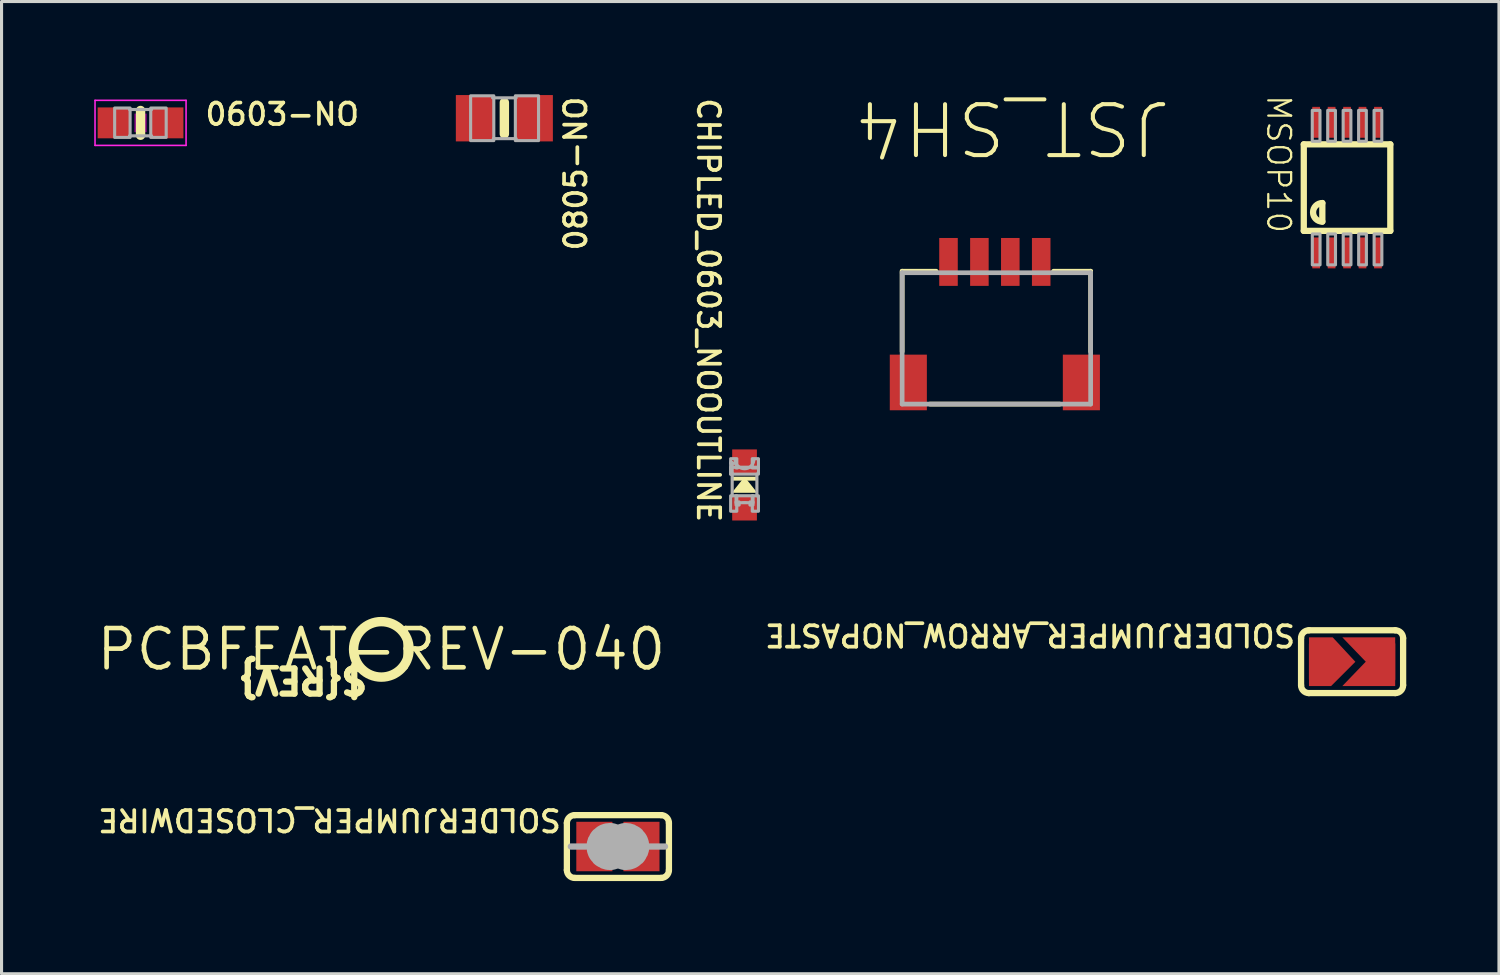
<source format=kicad_pcb>
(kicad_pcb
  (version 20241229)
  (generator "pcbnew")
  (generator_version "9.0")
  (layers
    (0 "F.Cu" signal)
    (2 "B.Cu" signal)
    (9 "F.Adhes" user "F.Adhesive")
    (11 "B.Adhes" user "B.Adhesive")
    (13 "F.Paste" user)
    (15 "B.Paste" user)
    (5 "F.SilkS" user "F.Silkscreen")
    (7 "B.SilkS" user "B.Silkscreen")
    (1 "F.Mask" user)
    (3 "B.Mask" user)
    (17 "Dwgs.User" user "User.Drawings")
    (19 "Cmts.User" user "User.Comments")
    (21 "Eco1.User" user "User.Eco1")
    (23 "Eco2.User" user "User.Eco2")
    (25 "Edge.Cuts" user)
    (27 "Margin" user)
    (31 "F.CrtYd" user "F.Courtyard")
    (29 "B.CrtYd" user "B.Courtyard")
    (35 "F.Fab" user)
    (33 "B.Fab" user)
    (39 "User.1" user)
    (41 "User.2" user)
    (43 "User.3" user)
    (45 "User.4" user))
  (footprint "PCBFEAT-REV-040"
    (layer "F.Cu")
    (at 9.29 17.963)
    (property "Reference" "PCBFEAT-REV-040" (at 0 0 0) (layer "F.SilkS") (effects (font (size 1.27 1.27) (thickness 0.15))))
    (fp_circle (center 0 0) (end 0.898 0) (stroke (width 0.305) (type solid)) (fill no) (layer "F.SilkS"))
    (fp_text user "${REV}" (at -0.356 0.508 180) (unlocked yes) (layer "F.SilkS") (effects (font (size 0.813 0.813) (thickness 0.203)) (justify left bottom))))
  (footprint "0805-NO"
    (layer "F.Cu")
    (at 13.271 0.776)
    (property "Reference" "0805-NO" (at 1.905 -0.762 90) (unlocked yes) (layer "F.SilkS") (effects (font (size 0.693 0.693) (thickness 0.12)) (justify right top)))
    (fp_line (start 0 -0.508) (end 0 0.508) (stroke (width 0.305) (type solid)) (layer "F.SilkS"))
    (fp_line (start -0.381 -0.66) (end 0.381 -0.66) (stroke (width 0.102) (type solid)) (layer "F.Fab"))
    (fp_line (start -0.356 0.66) (end 0.381 0.66) (stroke (width 0.102) (type solid)) (layer "F.Fab"))
    (fp_poly (pts (xy -1.092 0.724) (xy -0.342 0.724) (xy -0.342 -0.726) (xy -1.092 -0.726)) (stroke (width 0.1) (type default)) (fill no) (layer "F.Fab"))
    (fp_poly (pts (xy 0.356 0.724) (xy 1.106 0.724) (xy 1.106 -0.726) (xy 0.356 -0.726)) (stroke (width 0.1) (type default)) (fill no) (layer "F.Fab"))
    (pad "1" smd rect (at -0.95 0) (size 1.24 1.5) (layers "F.Cu" "F.Mask" "F.Paste"))
    (pad "2" smd rect (at 0.95 0) (size 1.24 1.5) (layers "F.Cu" "F.Mask" "F.Paste")))
  (footprint "SOLDERJUMPER_ARROW_NOPASTE"
    (layer "F.Cu")
    (at 40.703 18.362)
    (property "Reference" "SOLDERJUMPER_ARROW_NOPASTE" (at -1.778 -1.27 180) (unlocked yes) (layer "F.SilkS") (effects (font (size 0.693 0.693) (thickness 0.12)) (justify left bottom)))
    (fp_poly (pts (xy 0.106 0.003) (xy -0.679 0.788) (xy -1.395 0.788) (xy -1.395 -0.788) (xy -0.627 -0.788)) (stroke (width 0) (type default)) (fill yes) (layer "F.Cu"))
    (fp_poly (pts (xy 1.395 0.788) (xy -0.316 0.788) (xy 0.443 0) (xy -0.316 -0.788) (xy 1.395 -0.788)) (stroke (width 0) (type default)) (fill yes) (layer "F.Cu"))
    (fp_poly (pts (xy -1.46 0.826) (xy 1.46 0.826) (xy 1.46 -0.826) (xy -1.46 -0.826)) (stroke (width 0) (type default)) (fill yes) (layer "F.Mask"))
    (fp_line (start -1.651 0.762) (end -1.651 -0.762) (stroke (width 0.203) (type solid)) (layer "F.SilkS"))
    (fp_line (start -1.397 -1.016) (end 1.397 -1.016) (stroke (width 0.203) (type solid)) (layer "F.SilkS"))
    (fp_line (start 1.397 1.016) (end -1.397 1.016) (stroke (width 0.203) (type solid)) (layer "F.SilkS"))
    (fp_line (start 1.651 0.762) (end 1.651 -0.762) (stroke (width 0.203) (type solid)) (layer "F.SilkS"))
    (fp_arc (start -1.651 -0.762) (mid -1.576605 -0.941605) (end -1.397 -1.016) (stroke (width 0.2032) (type solid)) (layer "F.SilkS"))
    (fp_arc (start -1.397 1.016) (mid -1.576605 0.941605) (end -1.651 0.762) (stroke (width 0.2032) (type solid)) (layer "F.SilkS"))
    (fp_arc (start 1.397 -1.016) (mid 1.576605 -0.941605) (end 1.651 -0.762) (stroke (width 0.2032) (type solid)) (layer "F.SilkS"))
    (fp_arc (start 1.651 0.762) (mid 1.576605 0.941605) (end 1.397 1.016) (stroke (width 0.2032) (type solid)) (layer "F.SilkS"))
    (pad "1" smd roundrect (at -1.016 0 180) (size 0.762 1.524) (layers "F.Cu") (roundrect_rratio 0.25))
    (pad "2" smd roundrect (at 1.016 0 180) (size 0.762 1.524) (layers "F.Cu") (roundrect_rratio 0.25)))
  (footprint "JST_SH4"
    (layer "F.Cu")
    (at 29.143 7.94)
    (property "Reference" "JST_SH4" (at -4.6 -5.9 180) (unlocked yes) (layer "F.SilkS") (effects (font (size 1.647 1.647) (thickness 0.131)) (justify right top)))
    (fp_line (start -3 -2.214) (end -1.9 -2.214) (stroke (width 0.152) (type solid)) (layer "F.SilkS"))
    (fp_line (start -3 0.386) (end -3 -2.214) (stroke (width 0.152) (type solid)) (layer "F.SilkS"))
    (fp_line (start -2.1 2.086) (end 2.1 2.086) (stroke (width 0.152) (type solid)) (layer "F.SilkS"))
    (fp_line (start 1.9 -2.214) (end 3.1 -2.214) (stroke (width 0.152) (type solid)) (layer "F.SilkS"))
    (fp_line (start 3.1 -2.214) (end 3.1 0.386) (stroke (width 0.152) (type solid)) (layer "F.SilkS"))
    (fp_line (start -3 -2.164) (end 3.1 -2.164) (stroke (width 0.152) (type solid)) (layer "F.Fab"))
    (fp_line (start -3 2.086) (end -3 -2.164) (stroke (width 0.152) (type solid)) (layer "F.Fab"))
    (fp_line (start 3.1 -2.164) (end 3.1 2.086) (stroke (width 0.152) (type solid)) (layer "F.Fab"))
    (fp_line (start 3.1 2.086) (end -3 2.086) (stroke (width 0.152) (type solid)) (layer "F.Fab"))
    (pad "1" smd rect (at -1.5 -2.514 90) (size 1.55 0.6) (layers "F.Cu" "F.Mask" "F.Paste"))
    (pad "2" smd rect (at -0.5 -2.514 90) (size 1.55 0.6) (layers "F.Cu" "F.Mask" "F.Paste"))
    (pad "3" smd rect (at 0.5 -2.514 90) (size 1.55 0.6) (layers "F.Cu" "F.Mask" "F.Paste"))
    (pad "4" smd rect (at 1.5 -2.514 90) (size 1.55 0.6) (layers "F.Cu" "F.Mask" "F.Paste"))
    (pad "MT1" smd rect (at -2.8 1.386 90) (size 1.8 1.2) (layers "F.Cu" "F.Mask" "F.Paste"))
    (pad "MT2" smd rect (at 2.8 1.386 90) (size 1.8 1.2) (layers "F.Cu" "F.Mask" "F.Paste")))
  (footprint "0603-NO"
    (layer "F.Cu")
    (at 1.498 0.926)
    (property "Reference" "0603-NO" (at 2.032 0.127 0) (unlocked yes) (layer "F.SilkS") (effects (font (size 0.693 0.693) (thickness 0.12)) (justify left bottom)))
    (fp_line (start 0 -0.4) (end 0 0.4) (stroke (width 0.305) (type solid)) (layer "F.SilkS"))
    (fp_poly (pts (xy -0.2 0.3) (xy 0.2 0.3) (xy 0.2 -0.3) (xy -0.2 -0.3)) (stroke (width 0) (type default)) (fill yes) (layer "F.Adhes"))
    (fp_line (start -1.473 -0.729) (end 1.473 -0.729) (stroke (width 0.051) (type solid)) (layer "F.CrtYd"))
    (fp_line (start -1.473 0.729) (end -1.473 -0.729) (stroke (width 0.051) (type solid)) (layer "F.CrtYd"))
    (fp_line (start 1.473 -0.729) (end 1.473 0.729) (stroke (width 0.051) (type solid)) (layer "F.CrtYd"))
    (fp_line (start 1.473 0.729) (end -1.473 0.729) (stroke (width 0.051) (type solid)) (layer "F.CrtYd"))
    (fp_line (start -0.356 -0.432) (end 0.356 -0.432) (stroke (width 0.102) (type solid)) (layer "F.Fab"))
    (fp_line (start -0.356 0.419) (end 0.356 0.419) (stroke (width 0.102) (type solid)) (layer "F.Fab"))
    (fp_poly (pts (xy -0.838 0.47) (xy -0.338 0.47) (xy -0.338 -0.48) (xy -0.838 -0.48)) (stroke (width 0.1) (type default)) (fill no) (layer "F.Fab"))
    (fp_poly (pts (xy 0.33 0.47) (xy 0.83 0.47) (xy 0.83 -0.48) (xy 0.33 -0.48)) (stroke (width 0.1) (type default)) (fill no) (layer "F.Fab"))
    (pad "1" smd rect (at -0.85 0) (size 1.075 1) (layers "F.Cu" "F.Mask" "F.Paste"))
    (pad "2" smd rect (at 0.85 0) (size 1.075 1) (layers "F.Cu" "F.Mask" "F.Paste")))
  (footprint "CHIPLED_0603_NOOUTLINE"
    (layer "F.Cu")
    (at 21.043 12.643)
    (property "Reference" "CHIPLED_0603_NOOUTLINE" (at -0.762 1.27 270) (unlocked yes) (layer "F.SilkS") (effects (font (size 0.693 0.693) (thickness 0.12)) (justify right top)))
    (fp_poly (pts (xy 0.413 0.254) (xy -0.413 0.254) (xy 0 -0.262)) (stroke (width 0) (type default)) (fill yes) (layer "F.SilkS"))
    (fp_poly (pts (xy -0.381 -0.14) (xy 0.381 -0.14) (xy 0.381 -0.267) (xy -0.381 -0.267)) (stroke (width 0) (type default)) (fill yes) (layer "F.SilkS"))
    (fp_line (start -0.4 -0.375) (end -0.4 0.35) (stroke (width 0.102) (type solid)) (layer "F.Fab"))
    (fp_line (start 0.4 -0.35) (end 0.4 0.35) (stroke (width 0.102) (type solid)) (layer "F.Fab"))
    (fp_arc (start -0.275 0.825) (mid 0 0.55) (end 0.275 0.825) (stroke (width 0.0508) (type solid)) (layer "F.Fab"))
    (fp_arc (start 0.3 -0.799998) (mid -0.000001 -0.524967) (end -0.3 -0.8) (stroke (width 0.1016) (type solid)) (layer "F.Fab"))
    (fp_circle (center -0.35 -0.625) (end -0.275 -0.625) (stroke (width 0.051) (type solid)) (fill no) (layer "F.Fab"))
    (fp_poly (pts (xy -0.45 -0.7) (xy -0.25 -0.7) (xy -0.25 -0.85) (xy -0.45 -0.85)) (stroke (width 0.1) (type default)) (fill no) (layer "F.Fab"))
    (fp_poly (pts (xy -0.45 -0.35) (xy -0.4 -0.35) (xy -0.4 -0.725) (xy -0.45 -0.725)) (stroke (width 0.1) (type default)) (fill no) (layer "F.Fab"))
    (fp_poly (pts (xy -0.45 -0.35) (xy 0.45 -0.35) (xy 0.45 -0.575) (xy -0.45 -0.575)) (stroke (width 0.1) (type default)) (fill no) (layer "F.Fab"))
    (fp_poly (pts (xy -0.45 0.85) (xy -0.25 0.85) (xy -0.25 0.35) (xy -0.45 0.35)) (stroke (width 0.1) (type default)) (fill no) (layer "F.Fab"))
    (fp_poly (pts (xy -0.275 -0.55) (xy -0.225 -0.55) (xy -0.225 -0.6) (xy -0.275 -0.6)) (stroke (width 0.1) (type default)) (fill no) (layer "F.Fab"))
    (fp_poly (pts (xy -0.275 0.575) (xy 0.275 0.575) (xy 0.275 0.35) (xy -0.275 0.35)) (stroke (width 0.1) (type default)) (fill no) (layer "F.Fab"))
    (fp_poly (pts (xy -0.275 0.65) (xy -0.175 0.65) (xy -0.175 0.55) (xy -0.275 0.55)) (stroke (width 0.1) (type default)) (fill no) (layer "F.Fab"))
    (fp_poly (pts (xy 0.175 0.65) (xy 0.275 0.65) (xy 0.275 0.55) (xy 0.175 0.55)) (stroke (width 0.1) (type default)) (fill no) (layer "F.Fab"))
    (fp_poly (pts (xy 0.25 -0.55) (xy 0.45 -0.55) (xy 0.45 -0.85) (xy 0.25 -0.85)) (stroke (width 0.1) (type default)) (fill no) (layer "F.Fab"))
    (fp_poly (pts (xy 0.25 0.85) (xy 0.45 0.85) (xy 0.45 0.35) (xy 0.25 0.35)) (stroke (width 0.1) (type default)) (fill no) (layer "F.Fab"))
    (pad "A" smd rect (at 0 0.75) (size 0.8 0.8) (layers "F.Cu" "F.Mask" "F.Paste"))
    (pad "C" smd rect (at 0 -0.75) (size 0.8 0.8) (layers "F.Cu" "F.Mask" "F.Paste")))
  (footprint "MSOP10"
    (layer "F.Cu")
    (at 40.54 3.021)
    (property "Reference" "MSOP10" (at -1.778 1.524 270) (unlocked yes) (layer "F.SilkS") (effects (font (size 0.74 0.74) (thickness 0.073)) (justify right top)))
    (fp_line (start -1.4 -1.4) (end 1.4 -1.4) (stroke (width 0.203) (type solid)) (layer "F.SilkS"))
    (fp_line (start -1.4 1.4) (end -1.4 -1.4) (stroke (width 0.203) (type solid)) (layer "F.SilkS"))
    (fp_line (start -0.8 0.5) (end -0.8 1.1) (stroke (width 0.203) (type solid)) (layer "F.SilkS"))
    (fp_line (start 1.4 -1.4) (end 1.4 1.4) (stroke (width 0.203) (type solid)) (layer "F.SilkS"))
    (fp_line (start 1.4 1.4) (end -1.4 1.4) (stroke (width 0.203) (type solid)) (layer "F.SilkS"))
    (fp_arc (start -0.8 1.1) (mid -1.1 0.8) (end -0.8 0.5) (stroke (width 0.2032) (type solid)) (layer "F.SilkS"))
    (fp_poly (pts (xy -1.124 2.5) (xy -0.874 2.5) (xy -0.874 1.5) (xy -1.124 1.5)) (stroke (width 0.1) (type default)) (fill no) (layer "F.Fab"))
    (fp_poly (pts (xy -0.876 -2.5) (xy -1.126 -2.5) (xy -1.126 -1.5) (xy -0.876 -1.5)) (stroke (width 0.1) (type default)) (fill no) (layer "F.Fab"))
    (fp_poly (pts (xy -0.624 2.5) (xy -0.374 2.5) (xy -0.374 1.5) (xy -0.624 1.5)) (stroke (width 0.1) (type default)) (fill no) (layer "F.Fab"))
    (fp_poly (pts (xy -0.376 -2.5) (xy -0.626 -2.5) (xy -0.626 -1.5) (xy -0.376 -1.5)) (stroke (width 0.1) (type default)) (fill no) (layer "F.Fab"))
    (fp_poly (pts (xy -0.124 2.5) (xy 0.126 2.5) (xy 0.126 1.5) (xy -0.124 1.5)) (stroke (width 0.1) (type default)) (fill no) (layer "F.Fab"))
    (fp_poly (pts (xy 0.124 -2.5) (xy -0.126 -2.5) (xy -0.126 -1.5) (xy 0.124 -1.5)) (stroke (width 0.1) (type default)) (fill no) (layer "F.Fab"))
    (fp_poly (pts (xy 0.376 2.5) (xy 0.626 2.5) (xy 0.626 1.5) (xy 0.376 1.5)) (stroke (width 0.1) (type default)) (fill no) (layer "F.Fab"))
    (fp_poly (pts (xy 0.624 -2.5) (xy 0.374 -2.5) (xy 0.374 -1.5) (xy 0.624 -1.5)) (stroke (width 0.1) (type default)) (fill no) (layer "F.Fab"))
    (fp_poly (pts (xy 0.876 2.5) (xy 1.126 2.5) (xy 1.126 1.5) (xy 0.876 1.5)) (stroke (width 0.1) (type default)) (fill no) (layer "F.Fab"))
    (fp_poly (pts (xy 1.124 -2.5) (xy 0.874 -2.5) (xy 0.874 -1.5) (xy 1.124 -1.5)) (stroke (width 0.1) (type default)) (fill no) (layer "F.Fab"))
    (pad "1" smd rect (at -1 2.113) (size 0.25 1) (layers "F.Cu" "F.Mask" "F.Paste"))
    (pad "2" smd rect (at -0.5 2.113) (size 0.25 1) (layers "F.Cu" "F.Mask" "F.Paste"))
    (pad "3" smd rect (at 0 2.113) (size 0.25 1) (layers "F.Cu" "F.Mask" "F.Paste"))
    (pad "4" smd rect (at 0.5 2.113) (size 0.25 1) (layers "F.Cu" "F.Mask" "F.Paste"))
    (pad "5" smd rect (at 1 2.113) (size 0.25 1) (layers "F.Cu" "F.Mask" "F.Paste"))
    (pad "6" smd rect (at 1 -2.113 180) (size 0.25 1) (layers "F.Cu" "F.Mask" "F.Paste"))
    (pad "7" smd rect (at 0.5 -2.113 180) (size 0.25 1) (layers "F.Cu" "F.Mask" "F.Paste"))
    (pad "8" smd rect (at 0 -2.113 180) (size 0.25 1) (layers "F.Cu" "F.Mask" "F.Paste"))
    (pad "9" smd rect (at -0.5 -2.113 180) (size 0.25 1) (layers "F.Cu" "F.Mask" "F.Paste"))
    (pad "10" smd rect (at -1 -2.113 180) (size 0.25 1) (layers "F.Cu" "F.Mask" "F.Paste")))
  (footprint "SOLDERJUMPER_CLOSEDWIRE"
    (layer "F.Cu")
    (at 16.945 24.343)
    (property "Reference" "SOLDERJUMPER_CLOSEDWIRE" (at -1.778 -1.27 180) (unlocked yes) (layer "F.SilkS") (effects (font (size 0.693 0.693) (thickness 0.12)) (justify left bottom)))
    (fp_poly (pts (xy 1.397 0.889) (xy -1.397 0.889) (xy -1.397 -0.889) (xy 1.397 -0.889)) (stroke (width 0) (type default)) (fill yes) (layer "F.Mask"))
    (fp_line (start -1.651 0.762) (end -1.651 -0.762) (stroke (width 0.203) (type solid)) (layer "F.SilkS"))
    (fp_line (start -1.397 -1.016) (end 1.397 -1.016) (stroke (width 0.203) (type solid)) (layer "F.SilkS"))
    (fp_line (start 1.397 1.016) (end -1.397 1.016) (stroke (width 0.203) (type solid)) (layer "F.SilkS"))
    (fp_line (start 1.651 0.762) (end 1.651 -0.762) (stroke (width 0.203) (type solid)) (layer "F.SilkS"))
    (fp_arc (start -1.651 -0.762) (mid -1.576605 -0.941605) (end -1.397 -1.016) (stroke (width 0.2032) (type solid)) (layer "F.SilkS"))
    (fp_arc (start -1.397 1.016) (mid -1.576605 0.941605) (end -1.651 0.762) (stroke (width 0.2032) (type solid)) (layer "F.SilkS"))
    (fp_arc (start 1.397 -1.016) (mid 1.576605 -0.941605) (end 1.651 -0.762) (stroke (width 0.2032) (type solid)) (layer "F.SilkS"))
    (fp_arc (start 1.651 0.762) (mid 1.576605 0.941605) (end 1.397 1.016) (stroke (width 0.2032) (type solid)) (layer "F.SilkS"))
    (fp_line (start -1.016 0) (end -1.524 0) (stroke (width 0.203) (type solid)) (layer "F.Fab"))
    (fp_line (start 1.016 0) (end 1.524 0) (stroke (width 0.203) (type solid)) (layer "F.Fab"))
    (fp_arc (start -0.254 0.127) (mid -0.381 0) (end -0.254 -0.127) (stroke (width 1.27) (type solid)) (layer "F.Fab"))
    (fp_arc (start 0.254 -0.127) (mid 0.381 0) (end 0.254 0.127) (stroke (width 1.27) (type solid)) (layer "F.Fab"))
    (pad "1" smd rect (at -0.762 0 180) (size 1.168 1.6) (layers "F.Cu"))
    (pad "2" smd rect (at 0.762 0 180) (size 1.168 1.6) (layers "F.Cu"))
    (pad "WIRE" smd rect (at 0 0) (size 0.635 0.203) (layers "F.Cu")))
  (gr_rect
    (start -3 -3)
    (end 45.456 28.46)
    (stroke (width 0.1) (type default))
    (fill no)
    (layer "Edge.Cuts")))
</source>
